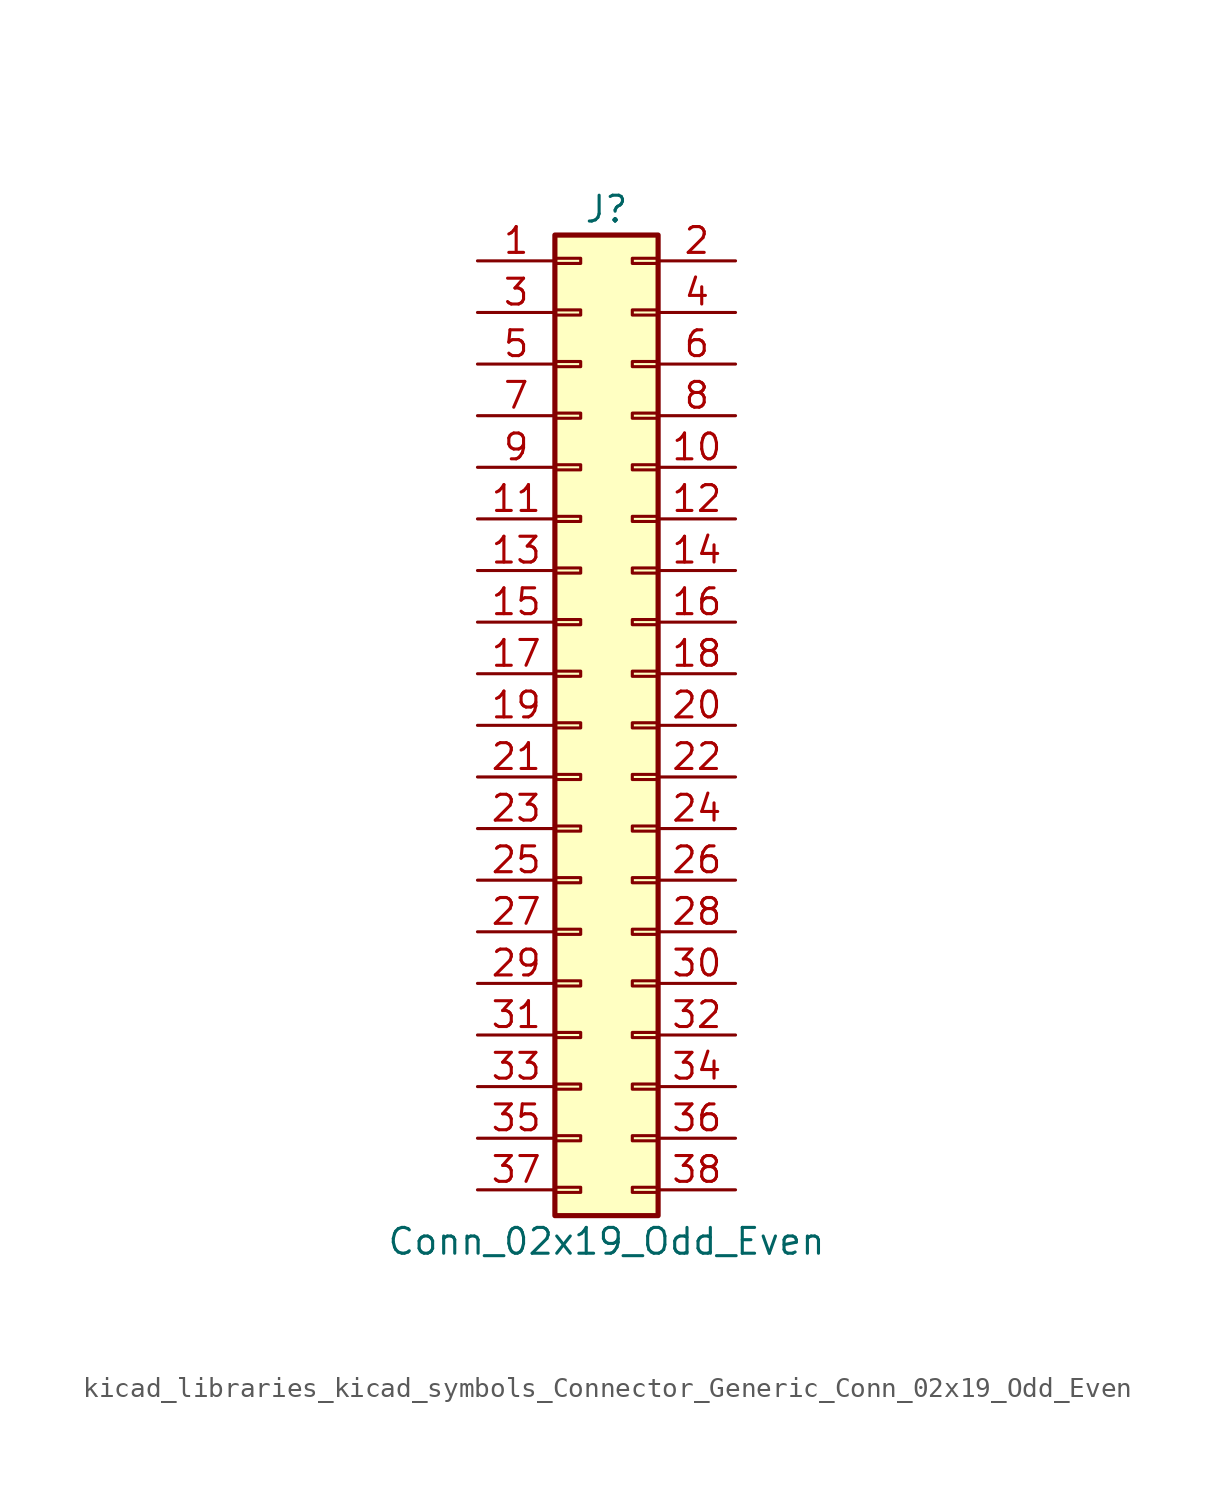
<source format=kicad_sym>
(kicad_symbol_lib
  (version 20220914)
  (generator kicad_symbol_editor)
  (symbol "kicad_libraries_kicad_symbols_Connector_Generic_Conn_02x19_Odd_Even"
    (pin_names
      (offset 1.016) hide)
    (property "Reference" "J"
      (at 1.27 25.4 0)
      (effects (font (size 1.27 1.27))))
    (property "Value" "Conn_02x19_Odd_Even"
      (at 1.27 -25.4 0)
      (effects (font (size 1.27 1.27))))
    (symbol "kicad_libraries_kicad_symbols_Connector_Generic_Conn_02x19_Odd_Even_1_1"
      (rectangle (start -1.27 -22.733) (end 0 -22.987) (stroke (width 0.152) (type default)) (fill (type none)))
      (rectangle (start -1.27 -20.193) (end 0 -20.447) (stroke (width 0.152) (type default)) (fill (type none)))
      (rectangle (start -1.27 -17.653) (end 0 -17.907) (stroke (width 0.152) (type default)) (fill (type none)))
      (rectangle (start -1.27 -15.113) (end 0 -15.367) (stroke (width 0.152) (type default)) (fill (type none)))
      (rectangle (start -1.27 -12.573) (end 0 -12.827) (stroke (width 0.152) (type default)) (fill (type none)))
      (rectangle (start -1.27 -10.033) (end 0 -10.287) (stroke (width 0.152) (type default)) (fill (type none)))
      (rectangle (start -1.27 -7.493) (end 0 -7.747) (stroke (width 0.152) (type default)) (fill (type none)))
      (rectangle (start -1.27 -4.953) (end 0 -5.207) (stroke (width 0.152) (type default)) (fill (type none)))
      (rectangle (start -1.27 -2.413) (end 0 -2.667) (stroke (width 0.152) (type default)) (fill (type none)))
      (rectangle (start -1.27 0.127) (end 0 -0.127) (stroke (width 0.152) (type default)) (fill (type none)))
      (rectangle (start -1.27 2.667) (end 0 2.413) (stroke (width 0.152) (type default)) (fill (type none)))
      (rectangle (start -1.27 5.207) (end 0 4.953) (stroke (width 0.152) (type default)) (fill (type none)))
      (rectangle (start -1.27 7.747) (end 0 7.493) (stroke (width 0.152) (type default)) (fill (type none)))
      (rectangle (start -1.27 10.287) (end 0 10.033) (stroke (width 0.152) (type default)) (fill (type none)))
      (rectangle (start -1.27 12.827) (end 0 12.573) (stroke (width 0.152) (type default)) (fill (type none)))
      (rectangle (start -1.27 15.367) (end 0 15.113) (stroke (width 0.152) (type default)) (fill (type none)))
      (rectangle (start -1.27 17.907) (end 0 17.653) (stroke (width 0.152) (type default)) (fill (type none)))
      (rectangle (start -1.27 20.447) (end 0 20.193) (stroke (width 0.152) (type default)) (fill (type none)))
      (rectangle (start -1.27 22.987) (end 0 22.733) (stroke (width 0.152) (type default)) (fill (type none)))
      (rectangle (start -1.27 24.13) (end 3.81 -24.13) (stroke (width 0.254) (type default)) (fill (type background)))
      (rectangle (start 3.81 -22.733) (end 2.54 -22.987) (stroke (width 0.152) (type default)) (fill (type none)))
      (rectangle (start 3.81 -20.193) (end 2.54 -20.447) (stroke (width 0.152) (type default)) (fill (type none)))
      (rectangle (start 3.81 -17.653) (end 2.54 -17.907) (stroke (width 0.152) (type default)) (fill (type none)))
      (rectangle (start 3.81 -15.113) (end 2.54 -15.367) (stroke (width 0.152) (type default)) (fill (type none)))
      (rectangle (start 3.81 -12.573) (end 2.54 -12.827) (stroke (width 0.152) (type default)) (fill (type none)))
      (rectangle (start 3.81 -10.033) (end 2.54 -10.287) (stroke (width 0.152) (type default)) (fill (type none)))
      (rectangle (start 3.81 -7.493) (end 2.54 -7.747) (stroke (width 0.152) (type default)) (fill (type none)))
      (rectangle (start 3.81 -4.953) (end 2.54 -5.207) (stroke (width 0.152) (type default)) (fill (type none)))
      (rectangle (start 3.81 -2.413) (end 2.54 -2.667) (stroke (width 0.152) (type default)) (fill (type none)))
      (rectangle (start 3.81 0.127) (end 2.54 -0.127) (stroke (width 0.152) (type default)) (fill (type none)))
      (rectangle (start 3.81 2.667) (end 2.54 2.413) (stroke (width 0.152) (type default)) (fill (type none)))
      (rectangle (start 3.81 5.207) (end 2.54 4.953) (stroke (width 0.152) (type default)) (fill (type none)))
      (rectangle (start 3.81 7.747) (end 2.54 7.493) (stroke (width 0.152) (type default)) (fill (type none)))
      (rectangle (start 3.81 10.287) (end 2.54 10.033) (stroke (width 0.152) (type default)) (fill (type none)))
      (rectangle (start 3.81 12.827) (end 2.54 12.573) (stroke (width 0.152) (type default)) (fill (type none)))
      (rectangle (start 3.81 15.367) (end 2.54 15.113) (stroke (width 0.152) (type default)) (fill (type none)))
      (rectangle (start 3.81 17.907) (end 2.54 17.653) (stroke (width 0.152) (type default)) (fill (type none)))
      (rectangle (start 3.81 20.447) (end 2.54 20.193) (stroke (width 0.152) (type default)) (fill (type none)))
      (rectangle (start 3.81 22.987) (end 2.54 22.733) (stroke (width 0.152) (type default)) (fill (type none)))
      (pin passive line (at -5.08 22.86 0) (length 3.81) (name "Pin_1" (effects (font (size 1.27 1.27)))) (number "1" (effects (font (size 1.27 1.27)))))
      (pin passive line (at 7.62 12.7 180) (length 3.81) (name "Pin_10" (effects (font (size 1.27 1.27)))) (number "10" (effects (font (size 1.27 1.27)))))
      (pin passive line (at -5.08 10.16 0) (length 3.81) (name "Pin_11" (effects (font (size 1.27 1.27)))) (number "11" (effects (font (size 1.27 1.27)))))
      (pin passive line (at 7.62 10.16 180) (length 3.81) (name "Pin_12" (effects (font (size 1.27 1.27)))) (number "12" (effects (font (size 1.27 1.27)))))
      (pin passive line (at -5.08 7.62 0) (length 3.81) (name "Pin_13" (effects (font (size 1.27 1.27)))) (number "13" (effects (font (size 1.27 1.27)))))
      (pin passive line (at 7.62 7.62 180) (length 3.81) (name "Pin_14" (effects (font (size 1.27 1.27)))) (number "14" (effects (font (size 1.27 1.27)))))
      (pin passive line (at -5.08 5.08 0) (length 3.81) (name "Pin_15" (effects (font (size 1.27 1.27)))) (number "15" (effects (font (size 1.27 1.27)))))
      (pin passive line (at 7.62 5.08 180) (length 3.81) (name "Pin_16" (effects (font (size 1.27 1.27)))) (number "16" (effects (font (size 1.27 1.27)))))
      (pin passive line (at -5.08 2.54 0) (length 3.81) (name "Pin_17" (effects (font (size 1.27 1.27)))) (number "17" (effects (font (size 1.27 1.27)))))
      (pin passive line (at 7.62 2.54 180) (length 3.81) (name "Pin_18" (effects (font (size 1.27 1.27)))) (number "18" (effects (font (size 1.27 1.27)))))
      (pin passive line (at -5.08 0 0) (length 3.81) (name "Pin_19" (effects (font (size 1.27 1.27)))) (number "19" (effects (font (size 1.27 1.27)))))
      (pin passive line (at 7.62 22.86 180) (length 3.81) (name "Pin_2" (effects (font (size 1.27 1.27)))) (number "2" (effects (font (size 1.27 1.27)))))
      (pin passive line (at 7.62 0 180) (length 3.81) (name "Pin_20" (effects (font (size 1.27 1.27)))) (number "20" (effects (font (size 1.27 1.27)))))
      (pin passive line (at -5.08 -2.54 0) (length 3.81) (name "Pin_21" (effects (font (size 1.27 1.27)))) (number "21" (effects (font (size 1.27 1.27)))))
      (pin passive line (at 7.62 -2.54 180) (length 3.81) (name "Pin_22" (effects (font (size 1.27 1.27)))) (number "22" (effects (font (size 1.27 1.27)))))
      (pin passive line (at -5.08 -5.08 0) (length 3.81) (name "Pin_23" (effects (font (size 1.27 1.27)))) (number "23" (effects (font (size 1.27 1.27)))))
      (pin passive line (at 7.62 -5.08 180) (length 3.81) (name "Pin_24" (effects (font (size 1.27 1.27)))) (number "24" (effects (font (size 1.27 1.27)))))
      (pin passive line (at -5.08 -7.62 0) (length 3.81) (name "Pin_25" (effects (font (size 1.27 1.27)))) (number "25" (effects (font (size 1.27 1.27)))))
      (pin passive line (at 7.62 -7.62 180) (length 3.81) (name "Pin_26" (effects (font (size 1.27 1.27)))) (number "26" (effects (font (size 1.27 1.27)))))
      (pin passive line (at -5.08 -10.16 0) (length 3.81) (name "Pin_27" (effects (font (size 1.27 1.27)))) (number "27" (effects (font (size 1.27 1.27)))))
      (pin passive line (at 7.62 -10.16 180) (length 3.81) (name "Pin_28" (effects (font (size 1.27 1.27)))) (number "28" (effects (font (size 1.27 1.27)))))
      (pin passive line (at -5.08 -12.7 0) (length 3.81) (name "Pin_29" (effects (font (size 1.27 1.27)))) (number "29" (effects (font (size 1.27 1.27)))))
      (pin passive line (at -5.08 20.32 0) (length 3.81) (name "Pin_3" (effects (font (size 1.27 1.27)))) (number "3" (effects (font (size 1.27 1.27)))))
      (pin passive line (at 7.62 -12.7 180) (length 3.81) (name "Pin_30" (effects (font (size 1.27 1.27)))) (number "30" (effects (font (size 1.27 1.27)))))
      (pin passive line (at -5.08 -15.24 0) (length 3.81) (name "Pin_31" (effects (font (size 1.27 1.27)))) (number "31" (effects (font (size 1.27 1.27)))))
      (pin passive line (at 7.62 -15.24 180) (length 3.81) (name "Pin_32" (effects (font (size 1.27 1.27)))) (number "32" (effects (font (size 1.27 1.27)))))
      (pin passive line (at -5.08 -17.78 0) (length 3.81) (name "Pin_33" (effects (font (size 1.27 1.27)))) (number "33" (effects (font (size 1.27 1.27)))))
      (pin passive line (at 7.62 -17.78 180) (length 3.81) (name "Pin_34" (effects (font (size 1.27 1.27)))) (number "34" (effects (font (size 1.27 1.27)))))
      (pin passive line (at -5.08 -20.32 0) (length 3.81) (name "Pin_35" (effects (font (size 1.27 1.27)))) (number "35" (effects (font (size 1.27 1.27)))))
      (pin passive line (at 7.62 -20.32 180) (length 3.81) (name "Pin_36" (effects (font (size 1.27 1.27)))) (number "36" (effects (font (size 1.27 1.27)))))
      (pin passive line (at -5.08 -22.86 0) (length 3.81) (name "Pin_37" (effects (font (size 1.27 1.27)))) (number "37" (effects (font (size 1.27 1.27)))))
      (pin passive line (at 7.62 -22.86 180) (length 3.81) (name "Pin_38" (effects (font (size 1.27 1.27)))) (number "38" (effects (font (size 1.27 1.27)))))
      (pin passive line (at 7.62 20.32 180) (length 3.81) (name "Pin_4" (effects (font (size 1.27 1.27)))) (number "4" (effects (font (size 1.27 1.27)))))
      (pin passive line (at -5.08 17.78 0) (length 3.81) (name "Pin_5" (effects (font (size 1.27 1.27)))) (number "5" (effects (font (size 1.27 1.27)))))
      (pin passive line (at 7.62 17.78 180) (length 3.81) (name "Pin_6" (effects (font (size 1.27 1.27)))) (number "6" (effects (font (size 1.27 1.27)))))
      (pin passive line (at -5.08 15.24 0) (length 3.81) (name "Pin_7" (effects (font (size 1.27 1.27)))) (number "7" (effects (font (size 1.27 1.27)))))
      (pin passive line (at 7.62 15.24 180) (length 3.81) (name "Pin_8" (effects (font (size 1.27 1.27)))) (number "8" (effects (font (size 1.27 1.27)))))
      (pin passive line (at -5.08 12.7 0) (length 3.81) (name "Pin_9" (effects (font (size 1.27 1.27)))) (number "9" (effects (font (size 1.27 1.27))))))))
</source>
